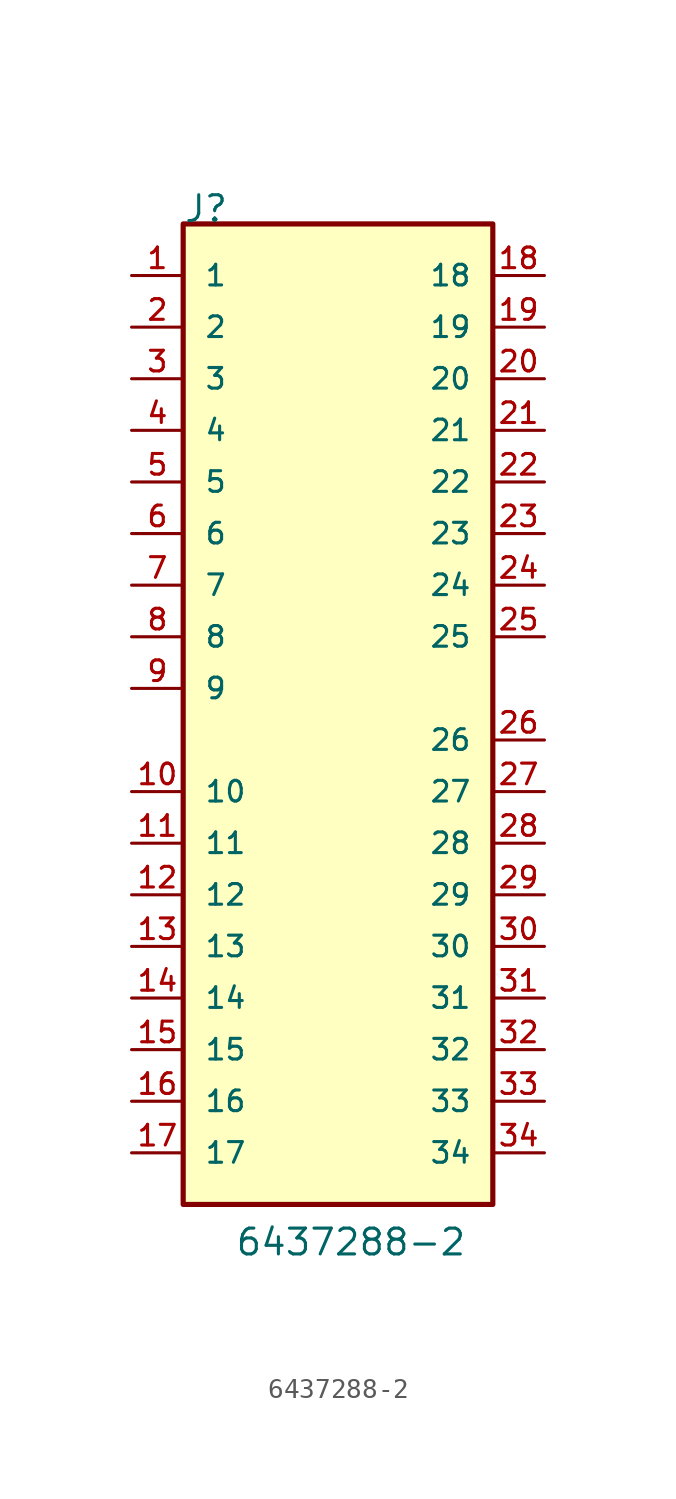
<source format=kicad_sym>
(kicad_symbol_lib
  (version 20211014)
  (generator kicad_symbol_editor)
  (symbol "6437288-2"
    (pin_names
      (offset 1.016))
    (property "Reference" "J"
      (at -7.621 22.863 0)
      (effects (font (size 1.27 1.27)) (justify bottom left)))
    (property "Value" "6437288-2"
      (at -5.09 -27.998 0)
      (effects (font (size 1.27 1.27)) (justify bottom left)))
    (symbol "6437288-2_0_0"
      (rectangle (start -7.62 -25.4) (end 7.62 22.86) (stroke (width 0.254)) (fill (type background)))
      (pin passive line (at -10.16 20.32 0) (length 2.54) (name "1" (effects (font (size 1.016 1.016)))) (number "1" (effects (font (size 1.016 1.016)))))
      (pin passive line (at -10.16 17.78 0) (length 2.54) (name "2" (effects (font (size 1.016 1.016)))) (number "2" (effects (font (size 1.016 1.016)))))
      (pin passive line (at -10.16 15.24 0) (length 2.54) (name "3" (effects (font (size 1.016 1.016)))) (number "3" (effects (font (size 1.016 1.016)))))
      (pin passive line (at -10.16 12.7 0) (length 2.54) (name "4" (effects (font (size 1.016 1.016)))) (number "4" (effects (font (size 1.016 1.016)))))
      (pin passive line (at -10.16 10.16 0) (length 2.54) (name "5" (effects (font (size 1.016 1.016)))) (number "5" (effects (font (size 1.016 1.016)))))
      (pin passive line (at -10.16 7.62 0) (length 2.54) (name "6" (effects (font (size 1.016 1.016)))) (number "6" (effects (font (size 1.016 1.016)))))
      (pin passive line (at -10.16 5.08 0) (length 2.54) (name "7" (effects (font (size 1.016 1.016)))) (number "7" (effects (font (size 1.016 1.016)))))
      (pin passive line (at -10.16 2.54 0) (length 2.54) (name "8" (effects (font (size 1.016 1.016)))) (number "8" (effects (font (size 1.016 1.016)))))
      (pin passive line (at -10.16 0.0 0) (length 2.54) (name "9" (effects (font (size 1.016 1.016)))) (number "9" (effects (font (size 1.016 1.016)))))
      (pin passive line (at -10.16 -5.08 0) (length 2.54) (name "10" (effects (font (size 1.016 1.016)))) (number "10" (effects (font (size 1.016 1.016)))))
      (pin passive line (at -10.16 -7.62 0) (length 2.54) (name "11" (effects (font (size 1.016 1.016)))) (number "11" (effects (font (size 1.016 1.016)))))
      (pin passive line (at -10.16 -10.16 0) (length 2.54) (name "12" (effects (font (size 1.016 1.016)))) (number "12" (effects (font (size 1.016 1.016)))))
      (pin passive line (at -10.16 -12.7 0) (length 2.54) (name "13" (effects (font (size 1.016 1.016)))) (number "13" (effects (font (size 1.016 1.016)))))
      (pin passive line (at -10.16 -15.24 0) (length 2.54) (name "14" (effects (font (size 1.016 1.016)))) (number "14" (effects (font (size 1.016 1.016)))))
      (pin passive line (at -10.16 -17.78 0) (length 2.54) (name "15" (effects (font (size 1.016 1.016)))) (number "15" (effects (font (size 1.016 1.016)))))
      (pin passive line (at -10.16 -20.32 0) (length 2.54) (name "16" (effects (font (size 1.016 1.016)))) (number "16" (effects (font (size 1.016 1.016)))))
      (pin passive line (at -10.16 -22.86 0) (length 2.54) (name "17" (effects (font (size 1.016 1.016)))) (number "17" (effects (font (size 1.016 1.016)))))
      (pin passive line (at 10.16 20.32 180.0) (length 2.54) (name "18" (effects (font (size 1.016 1.016)))) (number "18" (effects (font (size 1.016 1.016)))))
      (pin passive line (at 10.16 17.78 180.0) (length 2.54) (name "19" (effects (font (size 1.016 1.016)))) (number "19" (effects (font (size 1.016 1.016)))))
      (pin passive line (at 10.16 15.24 180.0) (length 2.54) (name "20" (effects (font (size 1.016 1.016)))) (number "20" (effects (font (size 1.016 1.016)))))
      (pin passive line (at 10.16 12.7 180.0) (length 2.54) (name "21" (effects (font (size 1.016 1.016)))) (number "21" (effects (font (size 1.016 1.016)))))
      (pin passive line (at 10.16 10.16 180.0) (length 2.54) (name "22" (effects (font (size 1.016 1.016)))) (number "22" (effects (font (size 1.016 1.016)))))
      (pin passive line (at 10.16 7.62 180.0) (length 2.54) (name "23" (effects (font (size 1.016 1.016)))) (number "23" (effects (font (size 1.016 1.016)))))
      (pin passive line (at 10.16 5.08 180.0) (length 2.54) (name "24" (effects (font (size 1.016 1.016)))) (number "24" (effects (font (size 1.016 1.016)))))
      (pin passive line (at 10.16 2.54 180.0) (length 2.54) (name "25" (effects (font (size 1.016 1.016)))) (number "25" (effects (font (size 1.016 1.016)))))
      (pin passive line (at 10.16 -2.54 180.0) (length 2.54) (name "26" (effects (font (size 1.016 1.016)))) (number "26" (effects (font (size 1.016 1.016)))))
      (pin passive line (at 10.16 -5.08 180.0) (length 2.54) (name "27" (effects (font (size 1.016 1.016)))) (number "27" (effects (font (size 1.016 1.016)))))
      (pin passive line (at 10.16 -7.62 180.0) (length 2.54) (name "28" (effects (font (size 1.016 1.016)))) (number "28" (effects (font (size 1.016 1.016)))))
      (pin passive line (at 10.16 -10.16 180.0) (length 2.54) (name "29" (effects (font (size 1.016 1.016)))) (number "29" (effects (font (size 1.016 1.016)))))
      (pin passive line (at 10.16 -12.7 180.0) (length 2.54) (name "30" (effects (font (size 1.016 1.016)))) (number "30" (effects (font (size 1.016 1.016)))))
      (pin passive line (at 10.16 -15.24 180.0) (length 2.54) (name "31" (effects (font (size 1.016 1.016)))) (number "31" (effects (font (size 1.016 1.016)))))
      (pin passive line (at 10.16 -17.78 180.0) (length 2.54) (name "32" (effects (font (size 1.016 1.016)))) (number "32" (effects (font (size 1.016 1.016)))))
      (pin passive line (at 10.16 -20.32 180.0) (length 2.54) (name "33" (effects (font (size 1.016 1.016)))) (number "33" (effects (font (size 1.016 1.016)))))
      (pin passive line (at 10.16 -22.86 180.0) (length 2.54) (name "34" (effects (font (size 1.016 1.016)))) (number "34" (effects (font (size 1.016 1.016))))))))
</source>
